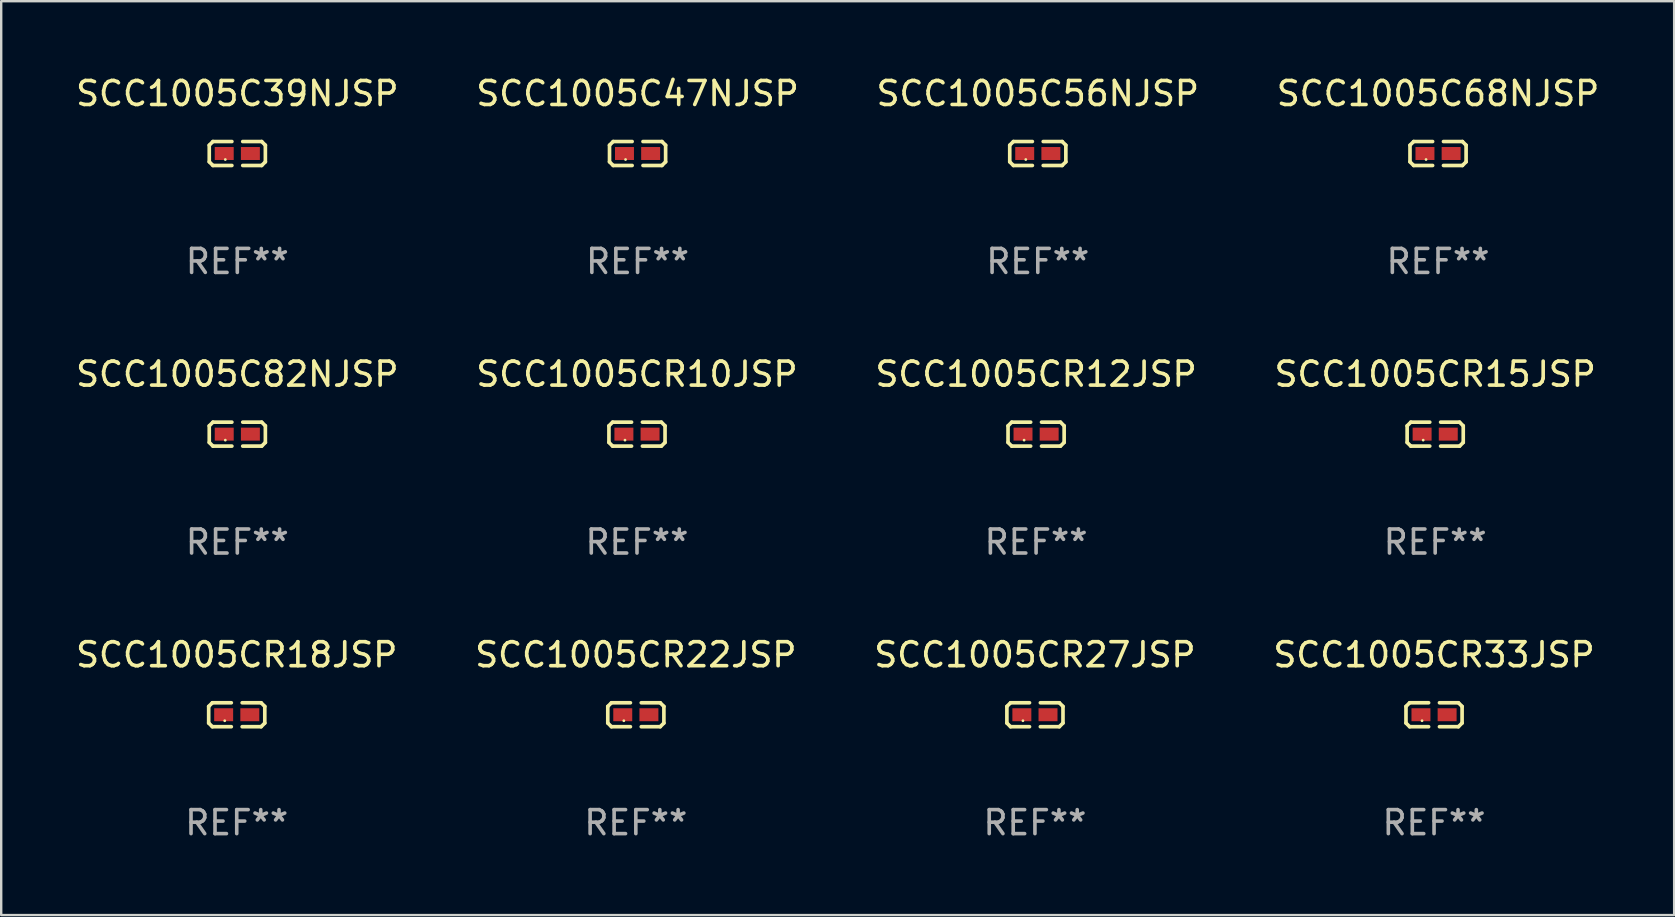
<source format=kicad_pcb>
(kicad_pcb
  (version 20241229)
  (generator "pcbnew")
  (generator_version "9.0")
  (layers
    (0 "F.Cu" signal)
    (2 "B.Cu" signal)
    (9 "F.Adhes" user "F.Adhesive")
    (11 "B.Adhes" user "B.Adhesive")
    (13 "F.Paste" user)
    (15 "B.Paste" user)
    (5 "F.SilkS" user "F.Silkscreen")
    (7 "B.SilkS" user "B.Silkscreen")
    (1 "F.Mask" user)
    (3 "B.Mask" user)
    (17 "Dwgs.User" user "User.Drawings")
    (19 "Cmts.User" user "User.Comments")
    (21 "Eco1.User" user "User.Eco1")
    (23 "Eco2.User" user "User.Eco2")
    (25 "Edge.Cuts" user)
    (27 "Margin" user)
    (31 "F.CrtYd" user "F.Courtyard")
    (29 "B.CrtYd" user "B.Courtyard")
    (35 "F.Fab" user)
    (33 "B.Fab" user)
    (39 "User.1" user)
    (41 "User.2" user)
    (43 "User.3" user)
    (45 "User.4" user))
  (footprint "SCC1005C68NJSP"
    (layer "F.Cu")
    (at 56.875 3.347)
    (property "Reference" "SCC1005C68NJSP" (at 0 -2.499 0) (layer "F.SilkS") (effects (font (size 1 1) (thickness 0.15))))
    (attr through_hole)
    (fp_line (start -1.169 -0.346) (end -1.016 -0.499) (stroke (width 0.152) (type solid)) (layer "F.SilkS"))
    (fp_line (start -1.169 0.346) (end -1.169 -0.346) (stroke (width 0.152) (type solid)) (layer "F.SilkS"))
    (fp_line (start -1.016 -0.499) (end -0.226 -0.499) (stroke (width 0.152) (type solid)) (layer "F.SilkS"))
    (fp_line (start -1.016 0.499) (end -1.169 0.346) (stroke (width 0.152) (type solid)) (layer "F.SilkS"))
    (fp_line (start -0.226 0.499) (end -1.016 0.499) (stroke (width 0.152) (type solid)) (layer "F.SilkS"))
    (fp_line (start 0.226 0.499) (end 1.016 0.499) (stroke (width 0.152) (type solid)) (layer "F.SilkS"))
    (fp_line (start 1.016 -0.499) (end 0.226 -0.499) (stroke (width 0.152) (type solid)) (layer "F.SilkS"))
    (fp_line (start 1.016 0.499) (end 1.169 0.346) (stroke (width 0.152) (type solid)) (layer "F.SilkS"))
    (fp_line (start 1.169 -0.346) (end 1.016 -0.499) (stroke (width 0.152) (type solid)) (layer "F.SilkS"))
    (fp_line (start 1.169 0.346) (end 1.169 -0.346) (stroke (width 0.152) (type solid)) (layer "F.SilkS"))
    (fp_circle (center -0.5 0.25) (end -0.47 0.25) (stroke (width 0.06) (type solid)) (fill no) (layer "F.SilkS"))
    (fp_text user "REF**" (at 0 4.499 0) (layer "F.Fab") (effects (font (size 1 1) (thickness 0.15))))
    (pad "1" smd rect (at -0.545 0) (size 0.79 0.54) (layers "F.Cu" "F.Mask" "F.Paste"))
    (pad "2" smd rect (at 0.545 0) (size 0.79 0.54) (layers "F.Cu" "F.Mask" "F.Paste")))
  (footprint "SCC1005C39NJSP"
    (layer "F.Cu")
    (at 6.839 3.347)
    (property "Reference" "SCC1005C39NJSP" (at 0 -2.499 0) (layer "F.SilkS") (effects (font (size 1 1) (thickness 0.15))))
    (attr through_hole)
    (fp_line (start -1.169 -0.346) (end -1.016 -0.499) (stroke (width 0.152) (type solid)) (layer "F.SilkS"))
    (fp_line (start -1.169 0.346) (end -1.169 -0.346) (stroke (width 0.152) (type solid)) (layer "F.SilkS"))
    (fp_line (start -1.016 -0.499) (end -0.226 -0.499) (stroke (width 0.152) (type solid)) (layer "F.SilkS"))
    (fp_line (start -1.016 0.499) (end -1.169 0.346) (stroke (width 0.152) (type solid)) (layer "F.SilkS"))
    (fp_line (start -0.226 0.499) (end -1.016 0.499) (stroke (width 0.152) (type solid)) (layer "F.SilkS"))
    (fp_line (start 0.226 0.499) (end 1.016 0.499) (stroke (width 0.152) (type solid)) (layer "F.SilkS"))
    (fp_line (start 1.016 -0.499) (end 0.226 -0.499) (stroke (width 0.152) (type solid)) (layer "F.SilkS"))
    (fp_line (start 1.016 0.499) (end 1.169 0.346) (stroke (width 0.152) (type solid)) (layer "F.SilkS"))
    (fp_line (start 1.169 -0.346) (end 1.016 -0.499) (stroke (width 0.152) (type solid)) (layer "F.SilkS"))
    (fp_line (start 1.169 0.346) (end 1.169 -0.346) (stroke (width 0.152) (type solid)) (layer "F.SilkS"))
    (fp_circle (center -0.5 0.25) (end -0.47 0.25) (stroke (width 0.06) (type solid)) (fill no) (layer "F.SilkS"))
    (fp_text user "REF**" (at 0 4.499 0) (layer "F.Fab") (effects (font (size 1 1) (thickness 0.15))))
    (pad "1" smd rect (at -0.545 0) (size 0.79 0.54) (layers "F.Cu" "F.Mask" "F.Paste"))
    (pad "2" smd rect (at 0.545 0) (size 0.79 0.54) (layers "F.Cu" "F.Mask" "F.Paste")))
  (footprint "SCC1005CR15JSP"
    (layer "F.Cu")
    (at 56.756 15.041)
    (property "Reference" "SCC1005CR15JSP" (at 0 -2.499 0) (layer "F.SilkS") (effects (font (size 1 1) (thickness 0.15))))
    (attr through_hole)
    (fp_line (start -1.169 -0.346) (end -1.016 -0.499) (stroke (width 0.152) (type solid)) (layer "F.SilkS"))
    (fp_line (start -1.169 0.346) (end -1.169 -0.346) (stroke (width 0.152) (type solid)) (layer "F.SilkS"))
    (fp_line (start -1.016 -0.499) (end -0.226 -0.499) (stroke (width 0.152) (type solid)) (layer "F.SilkS"))
    (fp_line (start -1.016 0.499) (end -1.169 0.346) (stroke (width 0.152) (type solid)) (layer "F.SilkS"))
    (fp_line (start -0.226 0.499) (end -1.016 0.499) (stroke (width 0.152) (type solid)) (layer "F.SilkS"))
    (fp_line (start 0.226 0.499) (end 1.016 0.499) (stroke (width 0.152) (type solid)) (layer "F.SilkS"))
    (fp_line (start 1.016 -0.499) (end 0.226 -0.499) (stroke (width 0.152) (type solid)) (layer "F.SilkS"))
    (fp_line (start 1.016 0.499) (end 1.169 0.346) (stroke (width 0.152) (type solid)) (layer "F.SilkS"))
    (fp_line (start 1.169 -0.346) (end 1.016 -0.499) (stroke (width 0.152) (type solid)) (layer "F.SilkS"))
    (fp_line (start 1.169 0.346) (end 1.169 -0.346) (stroke (width 0.152) (type solid)) (layer "F.SilkS"))
    (fp_circle (center -0.5 0.25) (end -0.47 0.25) (stroke (width 0.06) (type solid)) (fill no) (layer "F.SilkS"))
    (fp_text user "REF**" (at 0 4.499 0) (layer "F.Fab") (effects (font (size 1 1) (thickness 0.15))))
    (pad "1" smd rect (at -0.545 0) (size 0.79 0.54) (layers "F.Cu" "F.Mask" "F.Paste"))
    (pad "2" smd rect (at 0.545 0) (size 0.79 0.54) (layers "F.Cu" "F.Mask" "F.Paste")))
  (footprint "SCC1005C82NJSP"
    (layer "F.Cu")
    (at 6.839 15.041)
    (property "Reference" "SCC1005C82NJSP" (at 0 -2.499 0) (layer "F.SilkS") (effects (font (size 1 1) (thickness 0.15))))
    (attr through_hole)
    (fp_line (start -1.169 -0.346) (end -1.016 -0.499) (stroke (width 0.152) (type solid)) (layer "F.SilkS"))
    (fp_line (start -1.169 0.346) (end -1.169 -0.346) (stroke (width 0.152) (type solid)) (layer "F.SilkS"))
    (fp_line (start -1.016 -0.499) (end -0.226 -0.499) (stroke (width 0.152) (type solid)) (layer "F.SilkS"))
    (fp_line (start -1.016 0.499) (end -1.169 0.346) (stroke (width 0.152) (type solid)) (layer "F.SilkS"))
    (fp_line (start -0.226 0.499) (end -1.016 0.499) (stroke (width 0.152) (type solid)) (layer "F.SilkS"))
    (fp_line (start 0.226 0.499) (end 1.016 0.499) (stroke (width 0.152) (type solid)) (layer "F.SilkS"))
    (fp_line (start 1.016 -0.499) (end 0.226 -0.499) (stroke (width 0.152) (type solid)) (layer "F.SilkS"))
    (fp_line (start 1.016 0.499) (end 1.169 0.346) (stroke (width 0.152) (type solid)) (layer "F.SilkS"))
    (fp_line (start 1.169 -0.346) (end 1.016 -0.499) (stroke (width 0.152) (type solid)) (layer "F.SilkS"))
    (fp_line (start 1.169 0.346) (end 1.169 -0.346) (stroke (width 0.152) (type solid)) (layer "F.SilkS"))
    (fp_circle (center -0.5 0.25) (end -0.47 0.25) (stroke (width 0.06) (type solid)) (fill no) (layer "F.SilkS"))
    (fp_text user "REF**" (at 0 4.499 0) (layer "F.Fab") (effects (font (size 1 1) (thickness 0.15))))
    (pad "1" smd rect (at -0.545 0) (size 0.79 0.54) (layers "F.Cu" "F.Mask" "F.Paste"))
    (pad "2" smd rect (at 0.545 0) (size 0.79 0.54) (layers "F.Cu" "F.Mask" "F.Paste")))
  (footprint "SCC1005C56NJSP"
    (layer "F.Cu")
    (at 40.196 3.347)
    (property "Reference" "SCC1005C56NJSP" (at 0 -2.499 0) (layer "F.SilkS") (effects (font (size 1 1) (thickness 0.15))))
    (attr through_hole)
    (fp_line (start -1.169 -0.346) (end -1.016 -0.499) (stroke (width 0.152) (type solid)) (layer "F.SilkS"))
    (fp_line (start -1.169 0.346) (end -1.169 -0.346) (stroke (width 0.152) (type solid)) (layer "F.SilkS"))
    (fp_line (start -1.016 -0.499) (end -0.226 -0.499) (stroke (width 0.152) (type solid)) (layer "F.SilkS"))
    (fp_line (start -1.016 0.499) (end -1.169 0.346) (stroke (width 0.152) (type solid)) (layer "F.SilkS"))
    (fp_line (start -0.226 0.499) (end -1.016 0.499) (stroke (width 0.152) (type solid)) (layer "F.SilkS"))
    (fp_line (start 0.226 0.499) (end 1.016 0.499) (stroke (width 0.152) (type solid)) (layer "F.SilkS"))
    (fp_line (start 1.016 -0.499) (end 0.226 -0.499) (stroke (width 0.152) (type solid)) (layer "F.SilkS"))
    (fp_line (start 1.016 0.499) (end 1.169 0.346) (stroke (width 0.152) (type solid)) (layer "F.SilkS"))
    (fp_line (start 1.169 -0.346) (end 1.016 -0.499) (stroke (width 0.152) (type solid)) (layer "F.SilkS"))
    (fp_line (start 1.169 0.346) (end 1.169 -0.346) (stroke (width 0.152) (type solid)) (layer "F.SilkS"))
    (fp_circle (center -0.5 0.25) (end -0.47 0.25) (stroke (width 0.06) (type solid)) (fill no) (layer "F.SilkS"))
    (fp_text user "REF**" (at 0 4.499 0) (layer "F.Fab") (effects (font (size 1 1) (thickness 0.15))))
    (pad "1" smd rect (at -0.545 0) (size 0.79 0.54) (layers "F.Cu" "F.Mask" "F.Paste"))
    (pad "2" smd rect (at 0.545 0) (size 0.79 0.54) (layers "F.Cu" "F.Mask" "F.Paste")))
  (footprint "SCC1005CR10JSP"
    (layer "F.Cu")
    (at 23.494 15.041)
    (property "Reference" "SCC1005CR10JSP" (at 0 -2.499 0) (layer "F.SilkS") (effects (font (size 1 1) (thickness 0.15))))
    (attr through_hole)
    (fp_line (start -1.169 -0.346) (end -1.016 -0.499) (stroke (width 0.152) (type solid)) (layer "F.SilkS"))
    (fp_line (start -1.169 0.346) (end -1.169 -0.346) (stroke (width 0.152) (type solid)) (layer "F.SilkS"))
    (fp_line (start -1.016 -0.499) (end -0.226 -0.499) (stroke (width 0.152) (type solid)) (layer "F.SilkS"))
    (fp_line (start -1.016 0.499) (end -1.169 0.346) (stroke (width 0.152) (type solid)) (layer "F.SilkS"))
    (fp_line (start -0.226 0.499) (end -1.016 0.499) (stroke (width 0.152) (type solid)) (layer "F.SilkS"))
    (fp_line (start 0.226 0.499) (end 1.016 0.499) (stroke (width 0.152) (type solid)) (layer "F.SilkS"))
    (fp_line (start 1.016 -0.499) (end 0.226 -0.499) (stroke (width 0.152) (type solid)) (layer "F.SilkS"))
    (fp_line (start 1.016 0.499) (end 1.169 0.346) (stroke (width 0.152) (type solid)) (layer "F.SilkS"))
    (fp_line (start 1.169 -0.346) (end 1.016 -0.499) (stroke (width 0.152) (type solid)) (layer "F.SilkS"))
    (fp_line (start 1.169 0.346) (end 1.169 -0.346) (stroke (width 0.152) (type solid)) (layer "F.SilkS"))
    (fp_circle (center -0.5 0.25) (end -0.47 0.25) (stroke (width 0.06) (type solid)) (fill no) (layer "F.SilkS"))
    (fp_text user "REF**" (at 0 4.499 0) (layer "F.Fab") (effects (font (size 1 1) (thickness 0.15))))
    (pad "1" smd rect (at -0.545 0) (size 0.79 0.54) (layers "F.Cu" "F.Mask" "F.Paste"))
    (pad "2" smd rect (at 0.545 0) (size 0.79 0.54) (layers "F.Cu" "F.Mask" "F.Paste")))
  (footprint "SCC1005CR33JSP"
    (layer "F.Cu")
    (at 56.708 26.734)
    (property "Reference" "SCC1005CR33JSP" (at 0 -2.499 0) (layer "F.SilkS") (effects (font (size 1 1) (thickness 0.15))))
    (attr through_hole)
    (fp_line (start -1.169 -0.346) (end -1.016 -0.499) (stroke (width 0.152) (type solid)) (layer "F.SilkS"))
    (fp_line (start -1.169 0.346) (end -1.169 -0.346) (stroke (width 0.152) (type solid)) (layer "F.SilkS"))
    (fp_line (start -1.016 -0.499) (end -0.226 -0.499) (stroke (width 0.152) (type solid)) (layer "F.SilkS"))
    (fp_line (start -1.016 0.499) (end -1.169 0.346) (stroke (width 0.152) (type solid)) (layer "F.SilkS"))
    (fp_line (start -0.226 0.499) (end -1.016 0.499) (stroke (width 0.152) (type solid)) (layer "F.SilkS"))
    (fp_line (start 0.226 0.499) (end 1.016 0.499) (stroke (width 0.152) (type solid)) (layer "F.SilkS"))
    (fp_line (start 1.016 -0.499) (end 0.226 -0.499) (stroke (width 0.152) (type solid)) (layer "F.SilkS"))
    (fp_line (start 1.016 0.499) (end 1.169 0.346) (stroke (width 0.152) (type solid)) (layer "F.SilkS"))
    (fp_line (start 1.169 -0.346) (end 1.016 -0.499) (stroke (width 0.152) (type solid)) (layer "F.SilkS"))
    (fp_line (start 1.169 0.346) (end 1.169 -0.346) (stroke (width 0.152) (type solid)) (layer "F.SilkS"))
    (fp_circle (center -0.5 0.25) (end -0.47 0.25) (stroke (width 0.06) (type solid)) (fill no) (layer "F.SilkS"))
    (fp_text user "REF**" (at 0 4.499 0) (layer "F.Fab") (effects (font (size 1 1) (thickness 0.15))))
    (pad "1" smd rect (at -0.545 0) (size 0.79 0.54) (layers "F.Cu" "F.Mask" "F.Paste"))
    (pad "2" smd rect (at 0.545 0) (size 0.79 0.54) (layers "F.Cu" "F.Mask" "F.Paste")))
  (footprint "SCC1005CR12JSP"
    (layer "F.Cu")
    (at 40.125 15.041)
    (property "Reference" "SCC1005CR12JSP" (at 0 -2.499 0) (layer "F.SilkS") (effects (font (size 1 1) (thickness 0.15))))
    (attr through_hole)
    (fp_line (start -1.169 -0.346) (end -1.016 -0.499) (stroke (width 0.152) (type solid)) (layer "F.SilkS"))
    (fp_line (start -1.169 0.346) (end -1.169 -0.346) (stroke (width 0.152) (type solid)) (layer "F.SilkS"))
    (fp_line (start -1.016 -0.499) (end -0.226 -0.499) (stroke (width 0.152) (type solid)) (layer "F.SilkS"))
    (fp_line (start -1.016 0.499) (end -1.169 0.346) (stroke (width 0.152) (type solid)) (layer "F.SilkS"))
    (fp_line (start -0.226 0.499) (end -1.016 0.499) (stroke (width 0.152) (type solid)) (layer "F.SilkS"))
    (fp_line (start 0.226 0.499) (end 1.016 0.499) (stroke (width 0.152) (type solid)) (layer "F.SilkS"))
    (fp_line (start 1.016 -0.499) (end 0.226 -0.499) (stroke (width 0.152) (type solid)) (layer "F.SilkS"))
    (fp_line (start 1.016 0.499) (end 1.169 0.346) (stroke (width 0.152) (type solid)) (layer "F.SilkS"))
    (fp_line (start 1.169 -0.346) (end 1.016 -0.499) (stroke (width 0.152) (type solid)) (layer "F.SilkS"))
    (fp_line (start 1.169 0.346) (end 1.169 -0.346) (stroke (width 0.152) (type solid)) (layer "F.SilkS"))
    (fp_circle (center -0.5 0.25) (end -0.47 0.25) (stroke (width 0.06) (type solid)) (fill no) (layer "F.SilkS"))
    (fp_text user "REF**" (at 0 4.499 0) (layer "F.Fab") (effects (font (size 1 1) (thickness 0.15))))
    (pad "1" smd rect (at -0.545 0) (size 0.79 0.54) (layers "F.Cu" "F.Mask" "F.Paste"))
    (pad "2" smd rect (at 0.545 0) (size 0.79 0.54) (layers "F.Cu" "F.Mask" "F.Paste")))
  (footprint "SCC1005C47NJSP"
    (layer "F.Cu")
    (at 23.518 3.347)
    (property "Reference" "SCC1005C47NJSP" (at 0 -2.499 0) (layer "F.SilkS") (effects (font (size 1 1) (thickness 0.15))))
    (attr through_hole)
    (fp_line (start -1.169 -0.346) (end -1.016 -0.499) (stroke (width 0.152) (type solid)) (layer "F.SilkS"))
    (fp_line (start -1.169 0.346) (end -1.169 -0.346) (stroke (width 0.152) (type solid)) (layer "F.SilkS"))
    (fp_line (start -1.016 -0.499) (end -0.226 -0.499) (stroke (width 0.152) (type solid)) (layer "F.SilkS"))
    (fp_line (start -1.016 0.499) (end -1.169 0.346) (stroke (width 0.152) (type solid)) (layer "F.SilkS"))
    (fp_line (start -0.226 0.499) (end -1.016 0.499) (stroke (width 0.152) (type solid)) (layer "F.SilkS"))
    (fp_line (start 0.226 0.499) (end 1.016 0.499) (stroke (width 0.152) (type solid)) (layer "F.SilkS"))
    (fp_line (start 1.016 -0.499) (end 0.226 -0.499) (stroke (width 0.152) (type solid)) (layer "F.SilkS"))
    (fp_line (start 1.016 0.499) (end 1.169 0.346) (stroke (width 0.152) (type solid)) (layer "F.SilkS"))
    (fp_line (start 1.169 -0.346) (end 1.016 -0.499) (stroke (width 0.152) (type solid)) (layer "F.SilkS"))
    (fp_line (start 1.169 0.346) (end 1.169 -0.346) (stroke (width 0.152) (type solid)) (layer "F.SilkS"))
    (fp_circle (center -0.5 0.25) (end -0.47 0.25) (stroke (width 0.06) (type solid)) (fill no) (layer "F.SilkS"))
    (fp_text user "REF**" (at 0 4.499 0) (layer "F.Fab") (effects (font (size 1 1) (thickness 0.15))))
    (pad "1" smd rect (at -0.545 0) (size 0.79 0.54) (layers "F.Cu" "F.Mask" "F.Paste"))
    (pad "2" smd rect (at 0.545 0) (size 0.79 0.54) (layers "F.Cu" "F.Mask" "F.Paste")))
  (footprint "SCC1005CR18JSP"
    (layer "F.Cu")
    (at 6.815 26.734)
    (property "Reference" "SCC1005CR18JSP" (at 0 -2.499 0) (layer "F.SilkS") (effects (font (size 1 1) (thickness 0.15))))
    (attr through_hole)
    (fp_line (start -1.169 -0.346) (end -1.016 -0.499) (stroke (width 0.152) (type solid)) (layer "F.SilkS"))
    (fp_line (start -1.169 0.346) (end -1.169 -0.346) (stroke (width 0.152) (type solid)) (layer "F.SilkS"))
    (fp_line (start -1.016 -0.499) (end -0.226 -0.499) (stroke (width 0.152) (type solid)) (layer "F.SilkS"))
    (fp_line (start -1.016 0.499) (end -1.169 0.346) (stroke (width 0.152) (type solid)) (layer "F.SilkS"))
    (fp_line (start -0.226 0.499) (end -1.016 0.499) (stroke (width 0.152) (type solid)) (layer "F.SilkS"))
    (fp_line (start 0.226 0.499) (end 1.016 0.499) (stroke (width 0.152) (type solid)) (layer "F.SilkS"))
    (fp_line (start 1.016 -0.499) (end 0.226 -0.499) (stroke (width 0.152) (type solid)) (layer "F.SilkS"))
    (fp_line (start 1.016 0.499) (end 1.169 0.346) (stroke (width 0.152) (type solid)) (layer "F.SilkS"))
    (fp_line (start 1.169 -0.346) (end 1.016 -0.499) (stroke (width 0.152) (type solid)) (layer "F.SilkS"))
    (fp_line (start 1.169 0.346) (end 1.169 -0.346) (stroke (width 0.152) (type solid)) (layer "F.SilkS"))
    (fp_circle (center -0.5 0.25) (end -0.47 0.25) (stroke (width 0.06) (type solid)) (fill no) (layer "F.SilkS"))
    (fp_text user "REF**" (at 0 4.499 0) (layer "F.Fab") (effects (font (size 1 1) (thickness 0.15))))
    (pad "1" smd rect (at -0.545 0) (size 0.79 0.54) (layers "F.Cu" "F.Mask" "F.Paste"))
    (pad "2" smd rect (at 0.545 0) (size 0.79 0.54) (layers "F.Cu" "F.Mask" "F.Paste")))
  (footprint "SCC1005CR27JSP"
    (layer "F.Cu")
    (at 40.077 26.734)
    (property "Reference" "SCC1005CR27JSP" (at 0 -2.499 0) (layer "F.SilkS") (effects (font (size 1 1) (thickness 0.15))))
    (attr through_hole)
    (fp_line (start -1.169 -0.346) (end -1.016 -0.499) (stroke (width 0.152) (type solid)) (layer "F.SilkS"))
    (fp_line (start -1.169 0.346) (end -1.169 -0.346) (stroke (width 0.152) (type solid)) (layer "F.SilkS"))
    (fp_line (start -1.016 -0.499) (end -0.226 -0.499) (stroke (width 0.152) (type solid)) (layer "F.SilkS"))
    (fp_line (start -1.016 0.499) (end -1.169 0.346) (stroke (width 0.152) (type solid)) (layer "F.SilkS"))
    (fp_line (start -0.226 0.499) (end -1.016 0.499) (stroke (width 0.152) (type solid)) (layer "F.SilkS"))
    (fp_line (start 0.226 0.499) (end 1.016 0.499) (stroke (width 0.152) (type solid)) (layer "F.SilkS"))
    (fp_line (start 1.016 -0.499) (end 0.226 -0.499) (stroke (width 0.152) (type solid)) (layer "F.SilkS"))
    (fp_line (start 1.016 0.499) (end 1.169 0.346) (stroke (width 0.152) (type solid)) (layer "F.SilkS"))
    (fp_line (start 1.169 -0.346) (end 1.016 -0.499) (stroke (width 0.152) (type solid)) (layer "F.SilkS"))
    (fp_line (start 1.169 0.346) (end 1.169 -0.346) (stroke (width 0.152) (type solid)) (layer "F.SilkS"))
    (fp_circle (center -0.5 0.25) (end -0.47 0.25) (stroke (width 0.06) (type solid)) (fill no) (layer "F.SilkS"))
    (fp_text user "REF**" (at 0 4.499 0) (layer "F.Fab") (effects (font (size 1 1) (thickness 0.15))))
    (pad "1" smd rect (at -0.545 0) (size 0.79 0.54) (layers "F.Cu" "F.Mask" "F.Paste"))
    (pad "2" smd rect (at 0.545 0) (size 0.79 0.54) (layers "F.Cu" "F.Mask" "F.Paste")))
  (footprint "SCC1005CR22JSP"
    (layer "F.Cu")
    (at 23.446 26.734)
    (property "Reference" "SCC1005CR22JSP" (at 0 -2.499 0) (layer "F.SilkS") (effects (font (size 1 1) (thickness 0.15))))
    (attr through_hole)
    (fp_line (start -1.169 -0.346) (end -1.016 -0.499) (stroke (width 0.152) (type solid)) (layer "F.SilkS"))
    (fp_line (start -1.169 0.346) (end -1.169 -0.346) (stroke (width 0.152) (type solid)) (layer "F.SilkS"))
    (fp_line (start -1.016 -0.499) (end -0.226 -0.499) (stroke (width 0.152) (type solid)) (layer "F.SilkS"))
    (fp_line (start -1.016 0.499) (end -1.169 0.346) (stroke (width 0.152) (type solid)) (layer "F.SilkS"))
    (fp_line (start -0.226 0.499) (end -1.016 0.499) (stroke (width 0.152) (type solid)) (layer "F.SilkS"))
    (fp_line (start 0.226 0.499) (end 1.016 0.499) (stroke (width 0.152) (type solid)) (layer "F.SilkS"))
    (fp_line (start 1.016 -0.499) (end 0.226 -0.499) (stroke (width 0.152) (type solid)) (layer "F.SilkS"))
    (fp_line (start 1.016 0.499) (end 1.169 0.346) (stroke (width 0.152) (type solid)) (layer "F.SilkS"))
    (fp_line (start 1.169 -0.346) (end 1.016 -0.499) (stroke (width 0.152) (type solid)) (layer "F.SilkS"))
    (fp_line (start 1.169 0.346) (end 1.169 -0.346) (stroke (width 0.152) (type solid)) (layer "F.SilkS"))
    (fp_circle (center -0.5 0.25) (end -0.47 0.25) (stroke (width 0.06) (type solid)) (fill no) (layer "F.SilkS"))
    (fp_text user "REF**" (at 0 4.499 0) (layer "F.Fab") (effects (font (size 1 1) (thickness 0.15))))
    (pad "1" smd rect (at -0.545 0) (size 0.79 0.54) (layers "F.Cu" "F.Mask" "F.Paste"))
    (pad "2" smd rect (at 0.545 0) (size 0.79 0.54) (layers "F.Cu" "F.Mask" "F.Paste")))
  (gr_rect
    (start -3 -3)
    (end 66.714 35.081)
    (stroke (width 0.1) (type default))
    (fill no)
    (layer "Edge.Cuts")))
</source>
